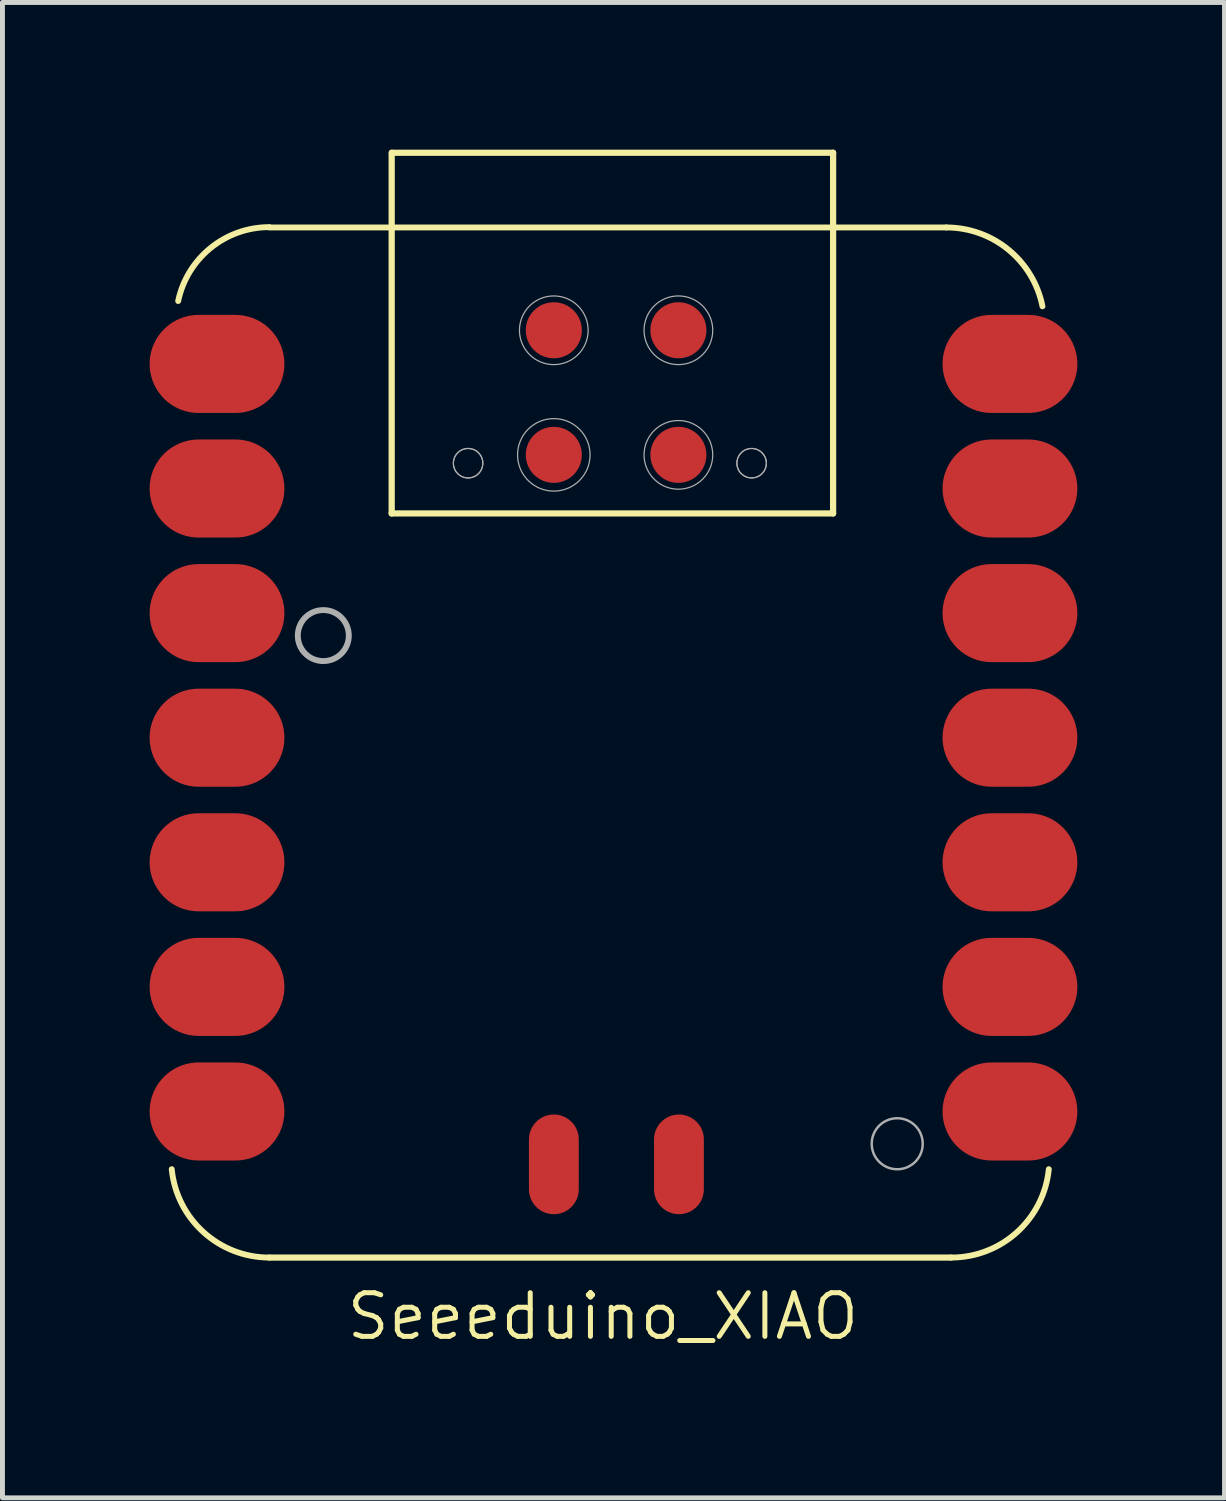
<source format=kicad_pcb>
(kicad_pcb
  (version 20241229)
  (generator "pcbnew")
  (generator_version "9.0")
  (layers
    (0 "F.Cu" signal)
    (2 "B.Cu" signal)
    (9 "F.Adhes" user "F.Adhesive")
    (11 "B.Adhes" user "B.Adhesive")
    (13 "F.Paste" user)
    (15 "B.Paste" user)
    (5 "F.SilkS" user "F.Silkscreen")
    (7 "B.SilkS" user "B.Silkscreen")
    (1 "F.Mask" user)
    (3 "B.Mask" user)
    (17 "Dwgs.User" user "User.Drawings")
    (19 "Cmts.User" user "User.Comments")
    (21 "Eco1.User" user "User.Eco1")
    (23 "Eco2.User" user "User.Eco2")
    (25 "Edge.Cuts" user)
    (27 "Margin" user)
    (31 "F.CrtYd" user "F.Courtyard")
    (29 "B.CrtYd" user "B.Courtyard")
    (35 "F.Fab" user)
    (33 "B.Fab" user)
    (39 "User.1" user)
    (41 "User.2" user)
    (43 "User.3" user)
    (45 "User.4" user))
  (footprint "Seeeduino_XIAO"
    (layer "F.Cu")
    (at 0.541 22.487)
    (property "Reference" "Seeeduino_XIAO" (at 8.7 1.3 0) (layer "F.SilkS") (effects (font (size 0.889 0.889) (thickness 0.102))))
    (attr smd)
    (fp_line (start 1.9 0.1) (end 15.8 0.1) (stroke (width 0.127) (type solid)) (layer "F.SilkS"))
    (fp_line (start 4.394 -15.07) (end 4.394 -22.423) (stroke (width 0.127) (type solid)) (layer "F.SilkS"))
    (fp_line (start 4.399 -22.423) (end 13.393 -22.423) (stroke (width 0.127) (type solid)) (layer "F.SilkS"))
    (fp_line (start 13.393 -22.423) (end 13.393 -15.07) (stroke (width 0.127) (type solid)) (layer "F.SilkS"))
    (fp_line (start 13.393 -15.07) (end 4.394 -15.07) (stroke (width 0.127) (type solid)) (layer "F.SilkS"))
    (fp_line (start 15.7 -20.9) (end 1.9 -20.9) (stroke (width 0.12) (type solid)) (layer "F.SilkS"))
    (fp_arc (start 0.041193 -19.4) (mid 0.70368 -20.482589) (end 1.9 -20.906506) (stroke (width 0.12) (type solid)) (layer "F.SilkS"))
    (fp_arc (start 1.9 0.1) (mid 0.557852 -0.417219) (end -0.090111 -1.701361) (stroke (width 0.12) (type solid)) (layer "F.SilkS"))
    (fp_arc (start 15.7 -20.9) (mid 16.967978 -20.446684) (end 17.661161 -19.292232) (stroke (width 0.12) (type solid)) (layer "F.SilkS"))
    (fp_arc (start 17.790074 -1.700993) (mid 17.142011 -0.417095) (end 15.8 0.1) (stroke (width 0.12) (type solid)) (layer "F.SilkS"))
    (fp_line (start 5.652 -16.094) (end 5.652 -16.112) (stroke (width 0.025) (type solid)) (layer "F.Fab"))
    (fp_line (start 5.652 -16.112) (end 5.654 -16.129) (stroke (width 0.025) (type solid)) (layer "F.Fab"))
    (fp_line (start 5.652 -16.077) (end 5.652 -16.094) (stroke (width 0.025) (type solid)) (layer "F.Fab"))
    (fp_line (start 5.654 -16.129) (end 5.656 -16.146) (stroke (width 0.025) (type solid)) (layer "F.Fab"))
    (fp_line (start 5.654 -16.059) (end 5.652 -16.077) (stroke (width 0.025) (type solid)) (layer "F.Fab"))
    (fp_line (start 5.656 -16.146) (end 5.66 -16.163) (stroke (width 0.025) (type solid)) (layer "F.Fab"))
    (fp_line (start 5.656 -16.042) (end 5.654 -16.059) (stroke (width 0.025) (type solid)) (layer "F.Fab"))
    (fp_line (start 5.66 -16.163) (end 5.665 -16.18) (stroke (width 0.025) (type solid)) (layer "F.Fab"))
    (fp_line (start 5.66 -16.025) (end 5.656 -16.042) (stroke (width 0.025) (type solid)) (layer "F.Fab"))
    (fp_line (start 5.665 -16.18) (end 5.67 -16.197) (stroke (width 0.025) (type solid)) (layer "F.Fab"))
    (fp_line (start 5.665 -16.008) (end 5.66 -16.025) (stroke (width 0.025) (type solid)) (layer "F.Fab"))
    (fp_line (start 5.67 -16.197) (end 5.676 -16.213) (stroke (width 0.025) (type solid)) (layer "F.Fab"))
    (fp_line (start 5.67 -15.992) (end 5.665 -16.008) (stroke (width 0.025) (type solid)) (layer "F.Fab"))
    (fp_line (start 5.676 -16.213) (end 5.684 -16.229) (stroke (width 0.025) (type solid)) (layer "F.Fab"))
    (fp_line (start 5.676 -15.975) (end 5.67 -15.992) (stroke (width 0.025) (type solid)) (layer "F.Fab"))
    (fp_line (start 5.684 -16.229) (end 5.692 -16.244) (stroke (width 0.025) (type solid)) (layer "F.Fab"))
    (fp_line (start 5.684 -15.96) (end 5.676 -15.975) (stroke (width 0.025) (type solid)) (layer "F.Fab"))
    (fp_line (start 5.692 -16.244) (end 5.701 -16.259) (stroke (width 0.025) (type solid)) (layer "F.Fab"))
    (fp_line (start 5.692 -15.944) (end 5.684 -15.96) (stroke (width 0.025) (type solid)) (layer "F.Fab"))
    (fp_line (start 5.701 -16.259) (end 5.711 -16.273) (stroke (width 0.025) (type solid)) (layer "F.Fab"))
    (fp_line (start 5.701 -15.929) (end 5.692 -15.944) (stroke (width 0.025) (type solid)) (layer "F.Fab"))
    (fp_line (start 5.711 -16.273) (end 5.722 -16.287) (stroke (width 0.025) (type solid)) (layer "F.Fab"))
    (fp_line (start 5.711 -15.915) (end 5.701 -15.929) (stroke (width 0.025) (type solid)) (layer "F.Fab"))
    (fp_line (start 5.722 -16.287) (end 5.734 -16.3) (stroke (width 0.025) (type solid)) (layer "F.Fab"))
    (fp_line (start 5.722 -15.901) (end 5.711 -15.915) (stroke (width 0.025) (type solid)) (layer "F.Fab"))
    (fp_line (start 5.734 -16.3) (end 5.746 -16.312) (stroke (width 0.025) (type solid)) (layer "F.Fab"))
    (fp_line (start 5.734 -15.889) (end 5.722 -15.901) (stroke (width 0.025) (type solid)) (layer "F.Fab"))
    (fp_line (start 5.746 -16.312) (end 5.759 -16.324) (stroke (width 0.025) (type solid)) (layer "F.Fab"))
    (fp_line (start 5.746 -15.876) (end 5.734 -15.889) (stroke (width 0.025) (type solid)) (layer "F.Fab"))
    (fp_line (start 5.759 -16.324) (end 5.773 -16.335) (stroke (width 0.025) (type solid)) (layer "F.Fab"))
    (fp_line (start 5.759 -15.864) (end 5.746 -15.876) (stroke (width 0.025) (type solid)) (layer "F.Fab"))
    (fp_line (start 5.773 -16.335) (end 5.787 -16.345) (stroke (width 0.025) (type solid)) (layer "F.Fab"))
    (fp_line (start 5.773 -15.854) (end 5.759 -15.864) (stroke (width 0.025) (type solid)) (layer "F.Fab"))
    (fp_line (start 5.787 -16.345) (end 5.802 -16.354) (stroke (width 0.025) (type solid)) (layer "F.Fab"))
    (fp_line (start 5.787 -15.844) (end 5.773 -15.854) (stroke (width 0.025) (type solid)) (layer "F.Fab"))
    (fp_line (start 5.802 -16.354) (end 5.817 -16.362) (stroke (width 0.025) (type solid)) (layer "F.Fab"))
    (fp_line (start 5.802 -15.834) (end 5.787 -15.844) (stroke (width 0.025) (type solid)) (layer "F.Fab"))
    (fp_line (start 5.817 -16.362) (end 5.833 -16.37) (stroke (width 0.025) (type solid)) (layer "F.Fab"))
    (fp_line (start 5.817 -15.826) (end 5.802 -15.834) (stroke (width 0.025) (type solid)) (layer "F.Fab"))
    (fp_line (start 5.833 -16.37) (end 5.849 -16.376) (stroke (width 0.025) (type solid)) (layer "F.Fab"))
    (fp_line (start 5.833 -15.819) (end 5.817 -15.826) (stroke (width 0.025) (type solid)) (layer "F.Fab"))
    (fp_line (start 5.849 -16.376) (end 5.866 -16.382) (stroke (width 0.025) (type solid)) (layer "F.Fab"))
    (fp_line (start 5.849 -15.812) (end 5.833 -15.819) (stroke (width 0.025) (type solid)) (layer "F.Fab"))
    (fp_line (start 5.866 -16.382) (end 5.883 -16.386) (stroke (width 0.025) (type solid)) (layer "F.Fab"))
    (fp_line (start 5.866 -15.807) (end 5.849 -15.812) (stroke (width 0.025) (type solid)) (layer "F.Fab"))
    (fp_line (start 5.883 -16.386) (end 5.9 -16.39) (stroke (width 0.025) (type solid)) (layer "F.Fab"))
    (fp_line (start 5.883 -15.802) (end 5.866 -15.807) (stroke (width 0.025) (type solid)) (layer "F.Fab"))
    (fp_line (start 5.9 -16.39) (end 5.917 -16.392) (stroke (width 0.025) (type solid)) (layer "F.Fab"))
    (fp_line (start 5.9 -15.799) (end 5.883 -15.802) (stroke (width 0.025) (type solid)) (layer "F.Fab"))
    (fp_line (start 5.917 -16.392) (end 5.934 -16.394) (stroke (width 0.025) (type solid)) (layer "F.Fab"))
    (fp_line (start 5.917 -15.796) (end 5.9 -15.799) (stroke (width 0.025) (type solid)) (layer "F.Fab"))
    (fp_line (start 5.934 -16.394) (end 5.952 -16.394) (stroke (width 0.025) (type solid)) (layer "F.Fab"))
    (fp_line (start 5.934 -15.795) (end 5.917 -15.796) (stroke (width 0.025) (type solid)) (layer "F.Fab"))
    (fp_line (start 5.952 -16.394) (end 5.969 -16.394) (stroke (width 0.025) (type solid)) (layer "F.Fab"))
    (fp_line (start 5.952 -15.794) (end 5.934 -15.795) (stroke (width 0.025) (type solid)) (layer "F.Fab"))
    (fp_line (start 5.969 -16.394) (end 5.987 -16.392) (stroke (width 0.025) (type solid)) (layer "F.Fab"))
    (fp_line (start 5.969 -15.795) (end 5.952 -15.794) (stroke (width 0.025) (type solid)) (layer "F.Fab"))
    (fp_line (start 5.987 -16.392) (end 6.004 -16.39) (stroke (width 0.025) (type solid)) (layer "F.Fab"))
    (fp_line (start 5.987 -15.796) (end 5.969 -15.795) (stroke (width 0.025) (type solid)) (layer "F.Fab"))
    (fp_line (start 6.004 -16.39) (end 6.021 -16.386) (stroke (width 0.025) (type solid)) (layer "F.Fab"))
    (fp_line (start 6.004 -15.799) (end 5.987 -15.796) (stroke (width 0.025) (type solid)) (layer "F.Fab"))
    (fp_line (start 6.021 -16.386) (end 6.038 -16.382) (stroke (width 0.025) (type solid)) (layer "F.Fab"))
    (fp_line (start 6.021 -15.802) (end 6.004 -15.799) (stroke (width 0.025) (type solid)) (layer "F.Fab"))
    (fp_line (start 6.038 -16.382) (end 6.054 -16.376) (stroke (width 0.025) (type solid)) (layer "F.Fab"))
    (fp_line (start 6.038 -15.807) (end 6.021 -15.802) (stroke (width 0.025) (type solid)) (layer "F.Fab"))
    (fp_line (start 6.054 -16.376) (end 6.071 -16.37) (stroke (width 0.025) (type solid)) (layer "F.Fab"))
    (fp_line (start 6.054 -15.812) (end 6.038 -15.807) (stroke (width 0.025) (type solid)) (layer "F.Fab"))
    (fp_line (start 6.071 -16.37) (end 6.086 -16.362) (stroke (width 0.025) (type solid)) (layer "F.Fab"))
    (fp_line (start 6.071 -15.819) (end 6.054 -15.812) (stroke (width 0.025) (type solid)) (layer "F.Fab"))
    (fp_line (start 6.086 -16.362) (end 6.102 -16.354) (stroke (width 0.025) (type solid)) (layer "F.Fab"))
    (fp_line (start 6.086 -15.826) (end 6.071 -15.819) (stroke (width 0.025) (type solid)) (layer "F.Fab"))
    (fp_line (start 6.102 -16.354) (end 6.117 -16.345) (stroke (width 0.025) (type solid)) (layer "F.Fab"))
    (fp_line (start 6.102 -15.834) (end 6.086 -15.826) (stroke (width 0.025) (type solid)) (layer "F.Fab"))
    (fp_line (start 6.117 -16.345) (end 6.131 -16.335) (stroke (width 0.025) (type solid)) (layer "F.Fab"))
    (fp_line (start 6.117 -15.844) (end 6.102 -15.834) (stroke (width 0.025) (type solid)) (layer "F.Fab"))
    (fp_line (start 6.131 -16.335) (end 6.145 -16.324) (stroke (width 0.025) (type solid)) (layer "F.Fab"))
    (fp_line (start 6.131 -15.854) (end 6.117 -15.844) (stroke (width 0.025) (type solid)) (layer "F.Fab"))
    (fp_line (start 6.145 -16.324) (end 6.158 -16.312) (stroke (width 0.025) (type solid)) (layer "F.Fab"))
    (fp_line (start 6.145 -15.864) (end 6.131 -15.854) (stroke (width 0.025) (type solid)) (layer "F.Fab"))
    (fp_line (start 6.158 -16.312) (end 6.17 -16.3) (stroke (width 0.025) (type solid)) (layer "F.Fab"))
    (fp_line (start 6.158 -15.876) (end 6.145 -15.864) (stroke (width 0.025) (type solid)) (layer "F.Fab"))
    (fp_line (start 6.17 -16.3) (end 6.182 -16.287) (stroke (width 0.025) (type solid)) (layer "F.Fab"))
    (fp_line (start 6.17 -15.889) (end 6.158 -15.876) (stroke (width 0.025) (type solid)) (layer "F.Fab"))
    (fp_line (start 6.182 -16.287) (end 6.192 -16.273) (stroke (width 0.025) (type solid)) (layer "F.Fab"))
    (fp_line (start 6.182 -15.901) (end 6.17 -15.889) (stroke (width 0.025) (type solid)) (layer "F.Fab"))
    (fp_line (start 6.192 -16.273) (end 6.202 -16.259) (stroke (width 0.025) (type solid)) (layer "F.Fab"))
    (fp_line (start 6.192 -15.915) (end 6.182 -15.901) (stroke (width 0.025) (type solid)) (layer "F.Fab"))
    (fp_line (start 6.202 -16.259) (end 6.212 -16.244) (stroke (width 0.025) (type solid)) (layer "F.Fab"))
    (fp_line (start 6.202 -15.929) (end 6.192 -15.915) (stroke (width 0.025) (type solid)) (layer "F.Fab"))
    (fp_line (start 6.212 -16.244) (end 6.22 -16.229) (stroke (width 0.025) (type solid)) (layer "F.Fab"))
    (fp_line (start 6.212 -15.944) (end 6.202 -15.929) (stroke (width 0.025) (type solid)) (layer "F.Fab"))
    (fp_line (start 6.22 -16.229) (end 6.227 -16.213) (stroke (width 0.025) (type solid)) (layer "F.Fab"))
    (fp_line (start 6.22 -15.96) (end 6.212 -15.944) (stroke (width 0.025) (type solid)) (layer "F.Fab"))
    (fp_line (start 6.227 -16.213) (end 6.234 -16.197) (stroke (width 0.025) (type solid)) (layer "F.Fab"))
    (fp_line (start 6.227 -15.975) (end 6.22 -15.96) (stroke (width 0.025) (type solid)) (layer "F.Fab"))
    (fp_line (start 6.234 -16.197) (end 6.239 -16.18) (stroke (width 0.025) (type solid)) (layer "F.Fab"))
    (fp_line (start 6.234 -15.992) (end 6.227 -15.975) (stroke (width 0.025) (type solid)) (layer "F.Fab"))
    (fp_line (start 6.239 -16.18) (end 6.244 -16.163) (stroke (width 0.025) (type solid)) (layer "F.Fab"))
    (fp_line (start 6.239 -16.008) (end 6.234 -15.992) (stroke (width 0.025) (type solid)) (layer "F.Fab"))
    (fp_line (start 6.244 -16.163) (end 6.247 -16.146) (stroke (width 0.025) (type solid)) (layer "F.Fab"))
    (fp_line (start 6.244 -16.025) (end 6.239 -16.008) (stroke (width 0.025) (type solid)) (layer "F.Fab"))
    (fp_line (start 6.247 -16.146) (end 6.25 -16.129) (stroke (width 0.025) (type solid)) (layer "F.Fab"))
    (fp_line (start 6.247 -16.042) (end 6.244 -16.025) (stroke (width 0.025) (type solid)) (layer "F.Fab"))
    (fp_line (start 6.25 -16.129) (end 6.251 -16.112) (stroke (width 0.025) (type solid)) (layer "F.Fab"))
    (fp_line (start 6.25 -16.059) (end 6.247 -16.042) (stroke (width 0.025) (type solid)) (layer "F.Fab"))
    (fp_line (start 6.251 -16.112) (end 6.252 -16.094) (stroke (width 0.025) (type solid)) (layer "F.Fab"))
    (fp_line (start 6.251 -16.077) (end 6.25 -16.059) (stroke (width 0.025) (type solid)) (layer "F.Fab"))
    (fp_line (start 6.252 -16.094) (end 6.251 -16.077) (stroke (width 0.025) (type solid)) (layer "F.Fab"))
    (fp_line (start 11.432 -16.094) (end 11.432 -16.112) (stroke (width 0.025) (type solid)) (layer "F.Fab"))
    (fp_line (start 11.432 -16.112) (end 11.434 -16.129) (stroke (width 0.025) (type solid)) (layer "F.Fab"))
    (fp_line (start 11.432 -16.077) (end 11.432 -16.094) (stroke (width 0.025) (type solid)) (layer "F.Fab"))
    (fp_line (start 11.434 -16.129) (end 11.436 -16.146) (stroke (width 0.025) (type solid)) (layer "F.Fab"))
    (fp_line (start 11.434 -16.059) (end 11.432 -16.077) (stroke (width 0.025) (type solid)) (layer "F.Fab"))
    (fp_line (start 11.436 -16.146) (end 11.44 -16.163) (stroke (width 0.025) (type solid)) (layer "F.Fab"))
    (fp_line (start 11.436 -16.042) (end 11.434 -16.059) (stroke (width 0.025) (type solid)) (layer "F.Fab"))
    (fp_line (start 11.44 -16.163) (end 11.445 -16.18) (stroke (width 0.025) (type solid)) (layer "F.Fab"))
    (fp_line (start 11.44 -16.025) (end 11.436 -16.042) (stroke (width 0.025) (type solid)) (layer "F.Fab"))
    (fp_line (start 11.445 -16.18) (end 11.45 -16.197) (stroke (width 0.025) (type solid)) (layer "F.Fab"))
    (fp_line (start 11.445 -16.008) (end 11.44 -16.025) (stroke (width 0.025) (type solid)) (layer "F.Fab"))
    (fp_line (start 11.45 -16.197) (end 11.456 -16.213) (stroke (width 0.025) (type solid)) (layer "F.Fab"))
    (fp_line (start 11.45 -15.992) (end 11.445 -16.008) (stroke (width 0.025) (type solid)) (layer "F.Fab"))
    (fp_line (start 11.456 -16.213) (end 11.464 -16.229) (stroke (width 0.025) (type solid)) (layer "F.Fab"))
    (fp_line (start 11.456 -15.975) (end 11.45 -15.992) (stroke (width 0.025) (type solid)) (layer "F.Fab"))
    (fp_line (start 11.464 -16.229) (end 11.472 -16.244) (stroke (width 0.025) (type solid)) (layer "F.Fab"))
    (fp_line (start 11.464 -15.96) (end 11.456 -15.975) (stroke (width 0.025) (type solid)) (layer "F.Fab"))
    (fp_line (start 11.472 -16.244) (end 11.481 -16.259) (stroke (width 0.025) (type solid)) (layer "F.Fab"))
    (fp_line (start 11.472 -15.944) (end 11.464 -15.96) (stroke (width 0.025) (type solid)) (layer "F.Fab"))
    (fp_line (start 11.481 -16.259) (end 11.491 -16.273) (stroke (width 0.025) (type solid)) (layer "F.Fab"))
    (fp_line (start 11.481 -15.929) (end 11.472 -15.944) (stroke (width 0.025) (type solid)) (layer "F.Fab"))
    (fp_line (start 11.491 -16.273) (end 11.502 -16.287) (stroke (width 0.025) (type solid)) (layer "F.Fab"))
    (fp_line (start 11.491 -15.915) (end 11.481 -15.929) (stroke (width 0.025) (type solid)) (layer "F.Fab"))
    (fp_line (start 11.502 -16.287) (end 11.514 -16.3) (stroke (width 0.025) (type solid)) (layer "F.Fab"))
    (fp_line (start 11.502 -15.901) (end 11.491 -15.915) (stroke (width 0.025) (type solid)) (layer "F.Fab"))
    (fp_line (start 11.514 -16.3) (end 11.526 -16.312) (stroke (width 0.025) (type solid)) (layer "F.Fab"))
    (fp_line (start 11.514 -15.889) (end 11.502 -15.901) (stroke (width 0.025) (type solid)) (layer "F.Fab"))
    (fp_line (start 11.526 -16.312) (end 11.539 -16.324) (stroke (width 0.025) (type solid)) (layer "F.Fab"))
    (fp_line (start 11.526 -15.876) (end 11.514 -15.889) (stroke (width 0.025) (type solid)) (layer "F.Fab"))
    (fp_line (start 11.539 -16.324) (end 11.553 -16.335) (stroke (width 0.025) (type solid)) (layer "F.Fab"))
    (fp_line (start 11.539 -15.864) (end 11.526 -15.876) (stroke (width 0.025) (type solid)) (layer "F.Fab"))
    (fp_line (start 11.553 -16.335) (end 11.567 -16.345) (stroke (width 0.025) (type solid)) (layer "F.Fab"))
    (fp_line (start 11.553 -15.854) (end 11.539 -15.864) (stroke (width 0.025) (type solid)) (layer "F.Fab"))
    (fp_line (start 11.567 -16.345) (end 11.582 -16.354) (stroke (width 0.025) (type solid)) (layer "F.Fab"))
    (fp_line (start 11.567 -15.844) (end 11.553 -15.854) (stroke (width 0.025) (type solid)) (layer "F.Fab"))
    (fp_line (start 11.582 -16.354) (end 11.597 -16.362) (stroke (width 0.025) (type solid)) (layer "F.Fab"))
    (fp_line (start 11.582 -15.834) (end 11.567 -15.844) (stroke (width 0.025) (type solid)) (layer "F.Fab"))
    (fp_line (start 11.597 -16.362) (end 11.613 -16.37) (stroke (width 0.025) (type solid)) (layer "F.Fab"))
    (fp_line (start 11.597 -15.826) (end 11.582 -15.834) (stroke (width 0.025) (type solid)) (layer "F.Fab"))
    (fp_line (start 11.613 -16.37) (end 11.629 -16.376) (stroke (width 0.025) (type solid)) (layer "F.Fab"))
    (fp_line (start 11.613 -15.819) (end 11.597 -15.826) (stroke (width 0.025) (type solid)) (layer "F.Fab"))
    (fp_line (start 11.629 -16.376) (end 11.646 -16.382) (stroke (width 0.025) (type solid)) (layer "F.Fab"))
    (fp_line (start 11.629 -15.812) (end 11.613 -15.819) (stroke (width 0.025) (type solid)) (layer "F.Fab"))
    (fp_line (start 11.646 -16.382) (end 11.663 -16.386) (stroke (width 0.025) (type solid)) (layer "F.Fab"))
    (fp_line (start 11.646 -15.807) (end 11.629 -15.812) (stroke (width 0.025) (type solid)) (layer "F.Fab"))
    (fp_line (start 11.663 -16.386) (end 11.68 -16.39) (stroke (width 0.025) (type solid)) (layer "F.Fab"))
    (fp_line (start 11.663 -15.802) (end 11.646 -15.807) (stroke (width 0.025) (type solid)) (layer "F.Fab"))
    (fp_line (start 11.68 -16.39) (end 11.697 -16.392) (stroke (width 0.025) (type solid)) (layer "F.Fab"))
    (fp_line (start 11.68 -15.799) (end 11.663 -15.802) (stroke (width 0.025) (type solid)) (layer "F.Fab"))
    (fp_line (start 11.697 -16.392) (end 11.714 -16.394) (stroke (width 0.025) (type solid)) (layer "F.Fab"))
    (fp_line (start 11.697 -15.796) (end 11.68 -15.799) (stroke (width 0.025) (type solid)) (layer "F.Fab"))
    (fp_line (start 11.714 -16.394) (end 11.732 -16.394) (stroke (width 0.025) (type solid)) (layer "F.Fab"))
    (fp_line (start 11.714 -15.795) (end 11.697 -15.796) (stroke (width 0.025) (type solid)) (layer "F.Fab"))
    (fp_line (start 11.732 -16.394) (end 11.749 -16.394) (stroke (width 0.025) (type solid)) (layer "F.Fab"))
    (fp_line (start 11.732 -15.794) (end 11.714 -15.795) (stroke (width 0.025) (type solid)) (layer "F.Fab"))
    (fp_line (start 11.749 -16.394) (end 11.767 -16.392) (stroke (width 0.025) (type solid)) (layer "F.Fab"))
    (fp_line (start 11.749 -15.795) (end 11.732 -15.794) (stroke (width 0.025) (type solid)) (layer "F.Fab"))
    (fp_line (start 11.767 -16.392) (end 11.784 -16.39) (stroke (width 0.025) (type solid)) (layer "F.Fab"))
    (fp_line (start 11.767 -15.796) (end 11.749 -15.795) (stroke (width 0.025) (type solid)) (layer "F.Fab"))
    (fp_line (start 11.784 -16.39) (end 11.801 -16.386) (stroke (width 0.025) (type solid)) (layer "F.Fab"))
    (fp_line (start 11.784 -15.799) (end 11.767 -15.796) (stroke (width 0.025) (type solid)) (layer "F.Fab"))
    (fp_line (start 11.801 -16.386) (end 11.818 -16.382) (stroke (width 0.025) (type solid)) (layer "F.Fab"))
    (fp_line (start 11.801 -15.802) (end 11.784 -15.799) (stroke (width 0.025) (type solid)) (layer "F.Fab"))
    (fp_line (start 11.818 -16.382) (end 11.834 -16.376) (stroke (width 0.025) (type solid)) (layer "F.Fab"))
    (fp_line (start 11.818 -15.807) (end 11.801 -15.802) (stroke (width 0.025) (type solid)) (layer "F.Fab"))
    (fp_line (start 11.834 -16.376) (end 11.851 -16.37) (stroke (width 0.025) (type solid)) (layer "F.Fab"))
    (fp_line (start 11.834 -15.812) (end 11.818 -15.807) (stroke (width 0.025) (type solid)) (layer "F.Fab"))
    (fp_line (start 11.851 -16.37) (end 11.866 -16.362) (stroke (width 0.025) (type solid)) (layer "F.Fab"))
    (fp_line (start 11.851 -15.819) (end 11.834 -15.812) (stroke (width 0.025) (type solid)) (layer "F.Fab"))
    (fp_line (start 11.866 -16.362) (end 11.882 -16.354) (stroke (width 0.025) (type solid)) (layer "F.Fab"))
    (fp_line (start 11.866 -15.826) (end 11.851 -15.819) (stroke (width 0.025) (type solid)) (layer "F.Fab"))
    (fp_line (start 11.882 -16.354) (end 11.897 -16.345) (stroke (width 0.025) (type solid)) (layer "F.Fab"))
    (fp_line (start 11.882 -15.834) (end 11.866 -15.826) (stroke (width 0.025) (type solid)) (layer "F.Fab"))
    (fp_line (start 11.897 -16.345) (end 11.911 -16.335) (stroke (width 0.025) (type solid)) (layer "F.Fab"))
    (fp_line (start 11.897 -15.844) (end 11.882 -15.834) (stroke (width 0.025) (type solid)) (layer "F.Fab"))
    (fp_line (start 11.911 -16.335) (end 11.925 -16.324) (stroke (width 0.025) (type solid)) (layer "F.Fab"))
    (fp_line (start 11.911 -15.854) (end 11.897 -15.844) (stroke (width 0.025) (type solid)) (layer "F.Fab"))
    (fp_line (start 11.925 -16.324) (end 11.938 -16.312) (stroke (width 0.025) (type solid)) (layer "F.Fab"))
    (fp_line (start 11.925 -15.864) (end 11.911 -15.854) (stroke (width 0.025) (type solid)) (layer "F.Fab"))
    (fp_line (start 11.938 -16.312) (end 11.95 -16.3) (stroke (width 0.025) (type solid)) (layer "F.Fab"))
    (fp_line (start 11.938 -15.876) (end 11.925 -15.864) (stroke (width 0.025) (type solid)) (layer "F.Fab"))
    (fp_line (start 11.95 -16.3) (end 11.962 -16.287) (stroke (width 0.025) (type solid)) (layer "F.Fab"))
    (fp_line (start 11.95 -15.889) (end 11.938 -15.876) (stroke (width 0.025) (type solid)) (layer "F.Fab"))
    (fp_line (start 11.962 -16.287) (end 11.972 -16.273) (stroke (width 0.025) (type solid)) (layer "F.Fab"))
    (fp_line (start 11.962 -15.901) (end 11.95 -15.889) (stroke (width 0.025) (type solid)) (layer "F.Fab"))
    (fp_line (start 11.972 -16.273) (end 11.983 -16.259) (stroke (width 0.025) (type solid)) (layer "F.Fab"))
    (fp_line (start 11.972 -15.915) (end 11.962 -15.901) (stroke (width 0.025) (type solid)) (layer "F.Fab"))
    (fp_line (start 11.983 -16.259) (end 11.992 -16.244) (stroke (width 0.025) (type solid)) (layer "F.Fab"))
    (fp_line (start 11.983 -15.929) (end 11.972 -15.915) (stroke (width 0.025) (type solid)) (layer "F.Fab"))
    (fp_line (start 11.992 -16.244) (end 12 -16.229) (stroke (width 0.025) (type solid)) (layer "F.Fab"))
    (fp_line (start 11.992 -15.944) (end 11.983 -15.929) (stroke (width 0.025) (type solid)) (layer "F.Fab"))
    (fp_line (start 12 -16.229) (end 12.007 -16.213) (stroke (width 0.025) (type solid)) (layer "F.Fab"))
    (fp_line (start 12 -15.96) (end 11.992 -15.944) (stroke (width 0.025) (type solid)) (layer "F.Fab"))
    (fp_line (start 12.007 -16.213) (end 12.014 -16.197) (stroke (width 0.025) (type solid)) (layer "F.Fab"))
    (fp_line (start 12.007 -15.975) (end 12 -15.96) (stroke (width 0.025) (type solid)) (layer "F.Fab"))
    (fp_line (start 12.014 -16.197) (end 12.019 -16.18) (stroke (width 0.025) (type solid)) (layer "F.Fab"))
    (fp_line (start 12.014 -15.992) (end 12.007 -15.975) (stroke (width 0.025) (type solid)) (layer "F.Fab"))
    (fp_line (start 12.019 -16.18) (end 12.024 -16.163) (stroke (width 0.025) (type solid)) (layer "F.Fab"))
    (fp_line (start 12.019 -16.008) (end 12.014 -15.992) (stroke (width 0.025) (type solid)) (layer "F.Fab"))
    (fp_line (start 12.024 -16.163) (end 12.027 -16.146) (stroke (width 0.025) (type solid)) (layer "F.Fab"))
    (fp_line (start 12.024 -16.025) (end 12.019 -16.008) (stroke (width 0.025) (type solid)) (layer "F.Fab"))
    (fp_line (start 12.027 -16.146) (end 12.03 -16.129) (stroke (width 0.025) (type solid)) (layer "F.Fab"))
    (fp_line (start 12.027 -16.042) (end 12.024 -16.025) (stroke (width 0.025) (type solid)) (layer "F.Fab"))
    (fp_line (start 12.03 -16.129) (end 12.031 -16.112) (stroke (width 0.025) (type solid)) (layer "F.Fab"))
    (fp_line (start 12.03 -16.059) (end 12.027 -16.042) (stroke (width 0.025) (type solid)) (layer "F.Fab"))
    (fp_line (start 12.031 -16.112) (end 12.032 -16.094) (stroke (width 0.025) (type solid)) (layer "F.Fab"))
    (fp_line (start 12.031 -16.077) (end 12.03 -16.059) (stroke (width 0.025) (type solid)) (layer "F.Fab"))
    (fp_line (start 12.032 -16.094) (end 12.031 -16.077) (stroke (width 0.025) (type solid)) (layer "F.Fab"))
    (fp_circle (center 3 -12.58) (end 3.52 -12.58) (stroke (width 0.12) (type solid)) (fill no) (layer "F.Fab"))
    (fp_circle (center 7.699 -18.804) (end 7.699 -19.504) (stroke (width 0.025) (type solid)) (fill no) (layer "F.Fab"))
    (fp_circle (center 7.699 -16.264) (end 7.699 -17.003) (stroke (width 0.025) (type solid)) (fill no) (layer "F.Fab"))
    (fp_circle (center 10.239 -18.804) (end 10.239 -19.504) (stroke (width 0.025) (type solid)) (fill no) (layer "F.Fab"))
    (fp_circle (center 10.239 -16.264) (end 10.239 -16.964) (stroke (width 0.025) (type solid)) (fill no) (layer "F.Fab"))
    (fp_circle (center 14.7 -2.22) (end 15.22 -2.22) (stroke (width 0.05) (type solid)) (fill no) (layer "F.Fab"))
    (pad "1" smd oval (at 0.833 -18.118) (size 2.748 1.999) (layers "F.Cu" "F.Mask" "F.Paste"))
    (pad "2" smd oval (at 0.833 -15.578) (size 2.748 1.999) (layers "F.Cu" "F.Mask" "F.Paste"))
    (pad "3" smd oval (at 0.833 -13.038) (size 2.748 1.999) (layers "F.Cu" "F.Mask" "F.Paste"))
    (pad "4" smd oval (at 0.833 -10.498) (size 2.748 1.999) (layers "F.Cu" "F.Mask" "F.Paste"))
    (pad "5" smd oval (at 0.833 -7.958) (size 2.748 1.999) (layers "F.Cu" "F.Mask" "F.Paste"))
    (pad "6" smd oval (at 0.833 -5.418) (size 2.748 1.999) (layers "F.Cu" "F.Mask" "F.Paste"))
    (pad "7" smd oval (at 0.833 -2.878) (size 2.748 1.999) (layers "F.Cu" "F.Mask" "F.Paste"))
    (pad "8" smd oval (at 16.998 -2.878) (size 2.748 1.999) (layers "F.Cu" "F.Mask" "F.Paste"))
    (pad "9" smd oval (at 16.998 -5.418) (size 2.748 1.999) (layers "F.Cu" "F.Mask" "F.Paste"))
    (pad "10" smd oval (at 16.998 -7.958) (size 2.748 1.999) (layers "F.Cu" "F.Mask" "F.Paste"))
    (pad "11" smd oval (at 16.998 -10.498) (size 2.748 1.999) (layers "F.Cu" "F.Mask" "F.Paste"))
    (pad "12" smd oval (at 16.998 -13.038) (size 2.748 1.999) (layers "F.Cu" "F.Mask" "F.Paste"))
    (pad "13" smd oval (at 16.998 -15.578) (size 2.748 1.999) (layers "F.Cu" "F.Mask" "F.Paste"))
    (pad "14" smd oval (at 16.998 -18.118) (size 2.748 1.999) (layers "F.Cu" "F.Mask" "F.Paste"))
    (pad "15" smd oval (at 7.7 -1.8 90) (size 2.032 1.016) (layers "F.Cu" "F.Mask" "F.Paste"))
    (pad "16" smd oval (at 10.25 -1.8 90) (size 2.032 1.016) (layers "F.Cu" "F.Mask" "F.Paste"))
    (pad "17" smd circle (at 7.699 -18.804 90) (size 1.143 1.143) (layers "F.Cu" "F.Mask" "F.Paste"))
    (pad "18" smd circle (at 10.239 -18.804 90) (size 1.143 1.143) (layers "F.Cu" "F.Mask" "F.Paste"))
    (pad "19" smd circle (at 7.699 -16.264 90) (size 1.143 1.143) (layers "F.Cu" "F.Mask" "F.Paste"))
    (pad "20" smd circle (at 10.239 -16.264 90) (size 1.143 1.143) (layers "F.Cu" "F.Mask" "F.Paste")))
  (gr_rect
    (start -3 -3)
    (end 21.913 27.485)
    (stroke (width 0.1) (type default))
    (fill no)
    (layer "Edge.Cuts")))
</source>
